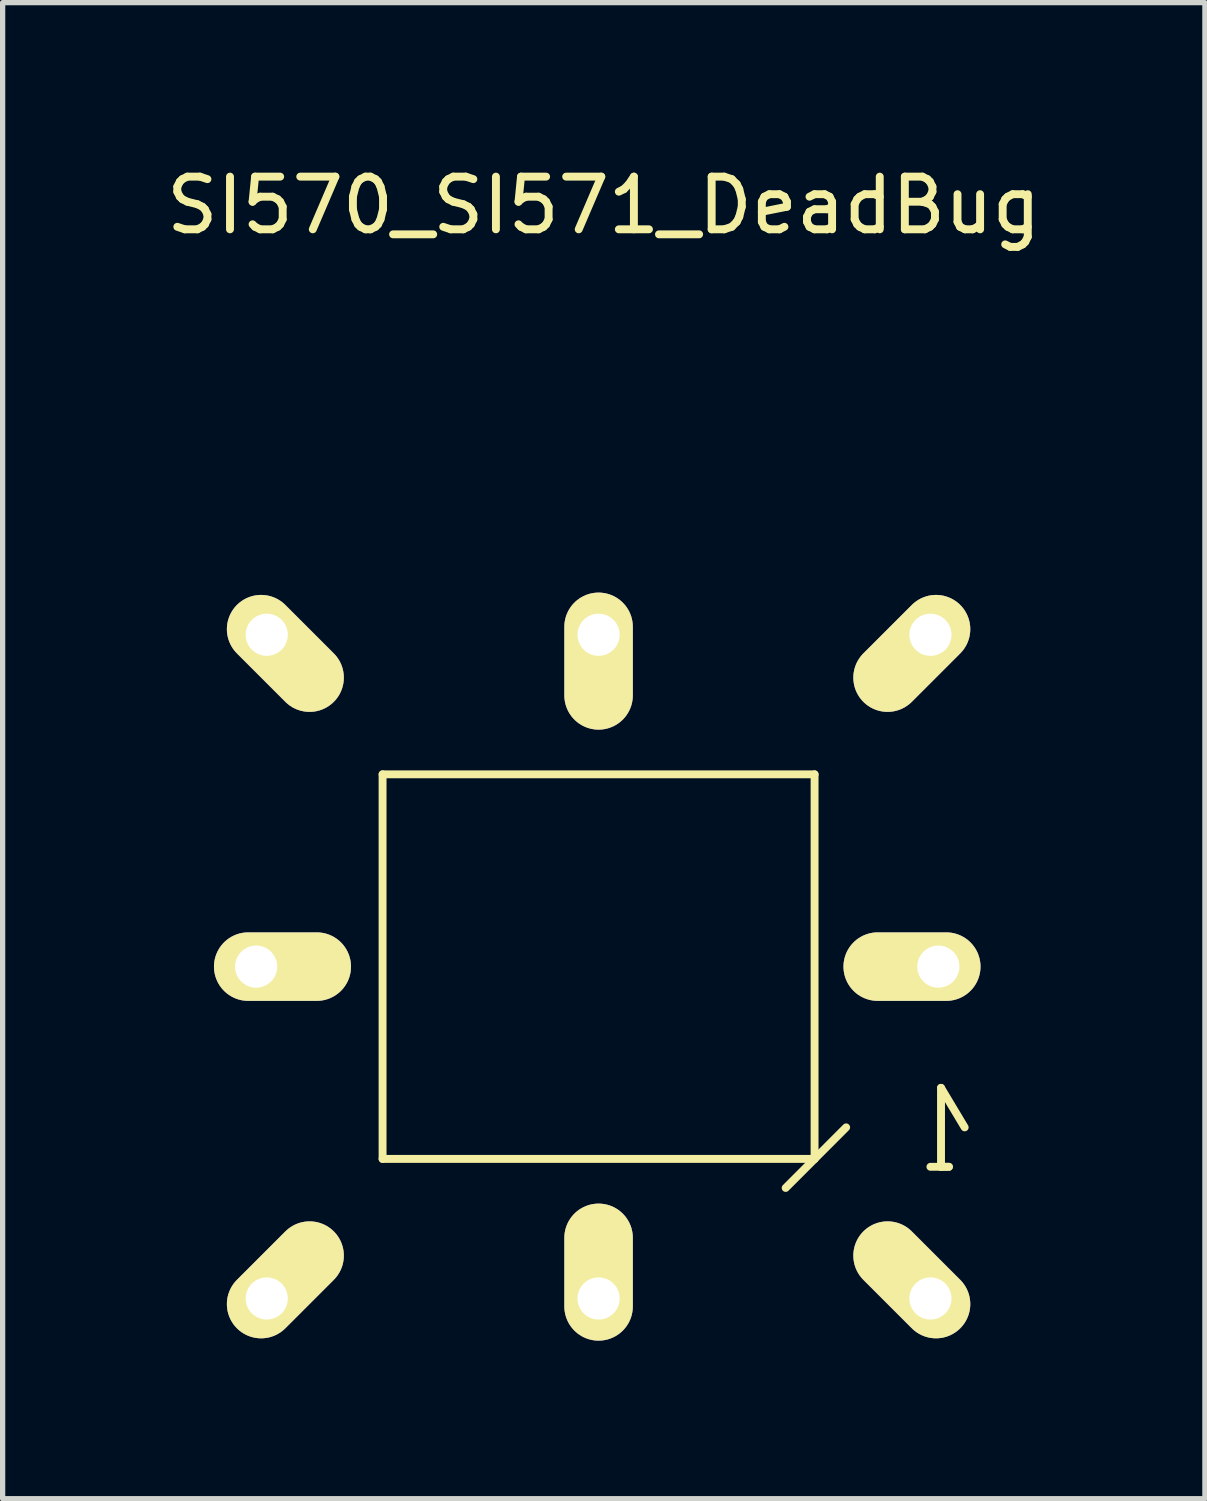
<source format=kicad_pcb>
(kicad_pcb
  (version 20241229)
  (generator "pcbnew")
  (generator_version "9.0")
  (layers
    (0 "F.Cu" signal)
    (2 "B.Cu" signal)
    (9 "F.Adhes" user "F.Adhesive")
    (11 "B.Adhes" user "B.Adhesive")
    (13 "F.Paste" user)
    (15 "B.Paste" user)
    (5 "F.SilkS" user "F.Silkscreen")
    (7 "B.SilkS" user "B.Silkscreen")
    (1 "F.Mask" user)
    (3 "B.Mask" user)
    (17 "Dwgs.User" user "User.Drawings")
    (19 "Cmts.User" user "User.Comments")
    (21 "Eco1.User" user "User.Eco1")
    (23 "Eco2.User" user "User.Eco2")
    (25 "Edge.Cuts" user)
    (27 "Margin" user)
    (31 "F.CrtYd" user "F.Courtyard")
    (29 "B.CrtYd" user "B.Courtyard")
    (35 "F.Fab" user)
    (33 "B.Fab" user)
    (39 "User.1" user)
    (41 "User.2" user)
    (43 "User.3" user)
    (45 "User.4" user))
  (footprint "SI570_SI571_DeadBug"
    (layer "F.Cu")
    (at 8.312 15.298)
    (property "Reference" "SI570_SI571_DeadBug" (at 0.099 -14.45 0) (layer "F.SilkS") (effects (font (size 1 1) (thickness 0.15))))
    (attr smd)
    (fp_line (start -4.1 -3.65) (end -4.1 3.65) (stroke (width 0.15) (type solid)) (layer "F.SilkS"))
    (fp_line (start -4.1 3.65) (end 4.1 3.65) (stroke (width 0.15) (type solid)) (layer "F.SilkS"))
    (fp_line (start 3.551 4.201) (end 4.699 3.051) (stroke (width 0.15) (type solid)) (layer "F.SilkS"))
    (fp_line (start 4.1 -3.65) (end -4.1 -3.65) (stroke (width 0.15) (type solid)) (layer "F.SilkS"))
    (fp_line (start 4.1 3.65) (end 4.1 -3.65) (stroke (width 0.15) (type solid)) (layer "F.SilkS"))
    (fp_line (start 6.5 2.301) (end 6.5 3.8) (stroke (width 0.15) (type solid)) (layer "F.SilkS"))
    (fp_line (start 6.5 3.8) (end 6.65 3.8) (stroke (width 0.15) (type solid)) (layer "F.SilkS"))
    (fp_line (start 6.65 3.8) (end 6.299 3.8) (stroke (width 0.15) (type solid)) (layer "F.SilkS"))
    (fp_line (start 6.949 3.051) (end 6.5 2.301) (stroke (width 0.15) (type solid)) (layer "F.SilkS"))
    (pad "1" thru_hole oval (at 6.299 6.299 135) (size 2.601 1.3) (drill 0.8 (offset 0.5 0)) (layers "*.Cu" "*.Mask" "F.SilkS"))
    (pad "2" thru_hole oval (at 0 6.299 90) (size 2.601 1.3) (drill 0.8 (offset 0.5 0)) (layers "*.Cu" "*.Mask" "F.SilkS"))
    (pad "3" thru_hole oval (at -6.299 6.299 45) (size 2.601 1.3) (drill 0.8 (offset 0.5 0)) (layers "*.Cu" "*.Mask" "F.SilkS"))
    (pad "4" thru_hole oval (at -6.299 -6.299 315) (size 2.601 1.3) (drill 0.8 (offset 0.5 0)) (layers "*.Cu" "*.Mask" "F.SilkS"))
    (pad "5" thru_hole oval (at 0 -6.299 270) (size 2.601 1.3) (drill 0.8 (offset 0.5 0)) (layers "*.Cu" "*.Mask" "F.SilkS"))
    (pad "6" thru_hole oval (at 6.299 -6.299 225) (size 2.601 1.3) (drill 0.8 (offset 0.5 0)) (layers "*.Cu" "*.Mask" "F.SilkS"))
    (pad "7" thru_hole oval (at 6.449 0 180) (size 2.601 1.3) (drill 0.8 (offset 0.5 0)) (layers "*.Cu" "*.Mask" "F.SilkS"))
    (pad "8" thru_hole oval (at -6.5 0) (size 2.601 1.3) (drill 0.8 (offset 0.5 0)) (layers "*.Cu" "*.Mask" "F.SilkS")))
  (gr_rect
    (start -3 -3)
    (end 19.821 25.398)
    (stroke (width 0.1) (type default))
    (fill no)
    (layer "Edge.Cuts")))
</source>
